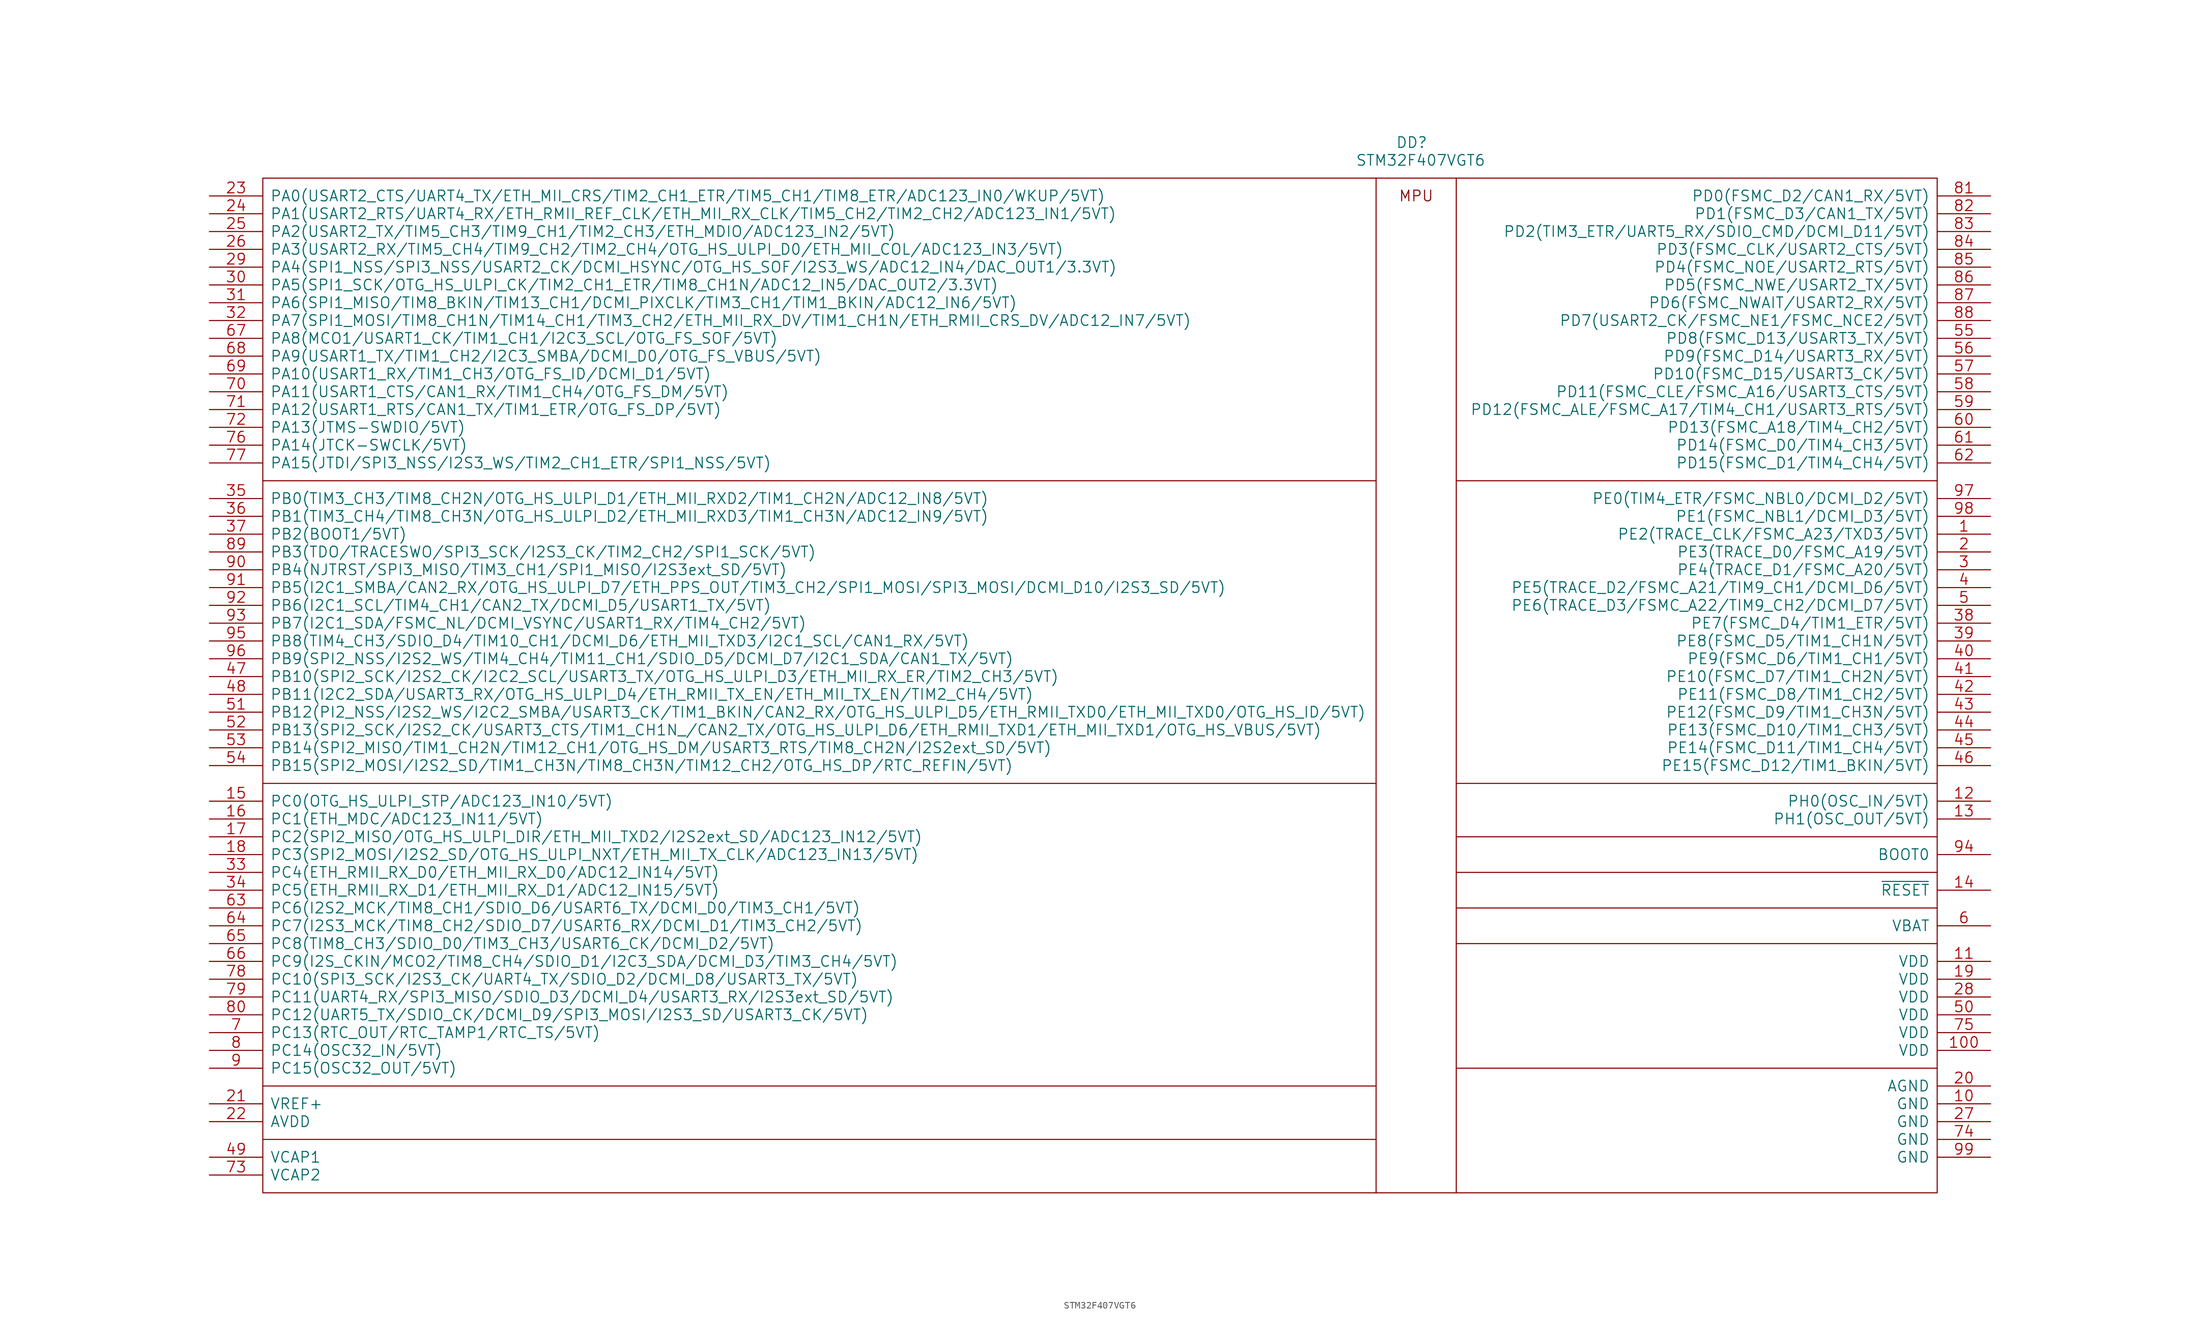
<source format=kicad_sym>
(kicad_symbol_lib
  (version 20211014)
  (generator kicad_symbol_editor)
  (symbol "STM32F407VGT6"
    (pin_names
      (offset 1.016))
    (property "Reference" "DD"
      (at 41.91 5.08 0)
      (effects (font (size 1.524 1.524))))
    (property "Value" "STM32F407VGT6"
      (at 43.18 2.54 0)
      (effects (font (size 1.524 1.524))))
    (property "Footprint" ""
      (at 0 0 0)
      (effects (font (size 1.524 1.524))))
    (property "Datasheet" ""
      (at 0 0 0)
      (effects (font (size 1.524 1.524))))
    (symbol "STM32F407VGT6_0_0"
      (text "MPU" (at 42.545 -2.54 0) (effects (font (size 1.524 1.524))))
      (pin bidirectional line (at 124.46 -50.8 180) (length 7.62) (name "PE2(TRACE_CLK/FSMC_A23/TXD3/5VT)" (effects (font (size 1.524 1.524)))) (number "1" (effects (font (size 1.524 1.524)))))
      (pin power_out line (at 124.46 -132.08 180) (length 7.62) (name "GND" (effects (font (size 1.524 1.524)))) (number "10" (effects (font (size 1.524 1.524)))))
      (pin power_in line (at 124.46 -124.46 180) (length 7.62) (name "VDD" (effects (font (size 1.524 1.524)))) (number "100" (effects (font (size 1.524 1.524)))))
      (pin power_in line (at 124.46 -111.76 180) (length 7.62) (name "VDD" (effects (font (size 1.524 1.524)))) (number "11" (effects (font (size 1.524 1.524)))))
      (pin bidirectional line (at 124.46 -88.9 180) (length 7.62) (name "PH0(OSC_IN/5VT)" (effects (font (size 1.524 1.524)))) (number "12" (effects (font (size 1.524 1.524)))))
      (pin bidirectional line (at 124.46 -91.44 180) (length 7.62) (name "PH1(OSC_OUT/5VT)" (effects (font (size 1.524 1.524)))) (number "13" (effects (font (size 1.524 1.524)))))
      (pin bidirectional line (at 124.46 -101.6 180) (length 7.62) (name "~{RESET}" (effects (font (size 1.524 1.524)))) (number "14" (effects (font (size 1.524 1.524)))))
      (pin bidirectional line (at -129.54 -88.9 0) (length 7.62) (name "PC0(OTG_HS_ULPI_STP/ADC123_IN10/5VT)" (effects (font (size 1.524 1.524)))) (number "15" (effects (font (size 1.524 1.524)))))
      (pin bidirectional line (at -129.54 -91.44 0) (length 7.62) (name "PC1(ETH_MDC/ADC123_IN11/5VT)" (effects (font (size 1.524 1.524)))) (number "16" (effects (font (size 1.524 1.524)))))
      (pin bidirectional line (at -129.54 -93.98 0) (length 7.62) (name "PC2(SPI2_MISO/OTG_HS_ULPI_DIR/ETH_MII_TXD2/I2S2ext_SD/ADC123_IN12/5VT)" (effects (font (size 1.524 1.524)))) (number "17" (effects (font (size 1.524 1.524)))))
      (pin bidirectional line (at -129.54 -96.52 0) (length 7.62) (name "PC3(SPI2_MOSI/I2S2_SD/OTG_HS_ULPI_NXT/ETH_MII_TX_CLK/ADC123_IN13/5VT)" (effects (font (size 1.524 1.524)))) (number "18" (effects (font (size 1.524 1.524)))))
      (pin power_in line (at 124.46 -114.3 180) (length 7.62) (name "VDD" (effects (font (size 1.524 1.524)))) (number "19" (effects (font (size 1.524 1.524)))))
      (pin bidirectional line (at 124.46 -53.34 180) (length 7.62) (name "PE3(TRACE_D0/FSMC_A19/5VT)" (effects (font (size 1.524 1.524)))) (number "2" (effects (font (size 1.524 1.524)))))
      (pin power_out line (at 124.46 -129.54 180) (length 7.62) (name "AGND" (effects (font (size 1.524 1.524)))) (number "20" (effects (font (size 1.524 1.524)))))
      (pin input line (at -129.54 -132.08 0) (length 7.62) (name "VREF+" (effects (font (size 1.524 1.524)))) (number "21" (effects (font (size 1.524 1.524)))))
      (pin power_in line (at -129.54 -134.62 0) (length 7.62) (name "AVDD" (effects (font (size 1.524 1.524)))) (number "22" (effects (font (size 1.524 1.524)))))
      (pin bidirectional line (at -129.54 -2.54 0) (length 7.62) (name "PA0(USART2_CTS/UART4_TX/ETH_MII_CRS/TIM2_CH1_ETR/TIM5_CH1/TIM8_ETR/ADC123_IN0/WKUP/5VT)" (effects (font (size 1.524 1.524)))) (number "23" (effects (font (size 1.524 1.524)))))
      (pin bidirectional line (at -129.54 -5.08 0) (length 7.62) (name "PA1(USART2_RTS/UART4_RX/ETH_RMII_REF_CLK/ETH_MII_RX_CLK/TIM5_CH2/TIM2_CH2/ADC123_IN1/5VT)" (effects (font (size 1.524 1.524)))) (number "24" (effects (font (size 1.524 1.524)))))
      (pin bidirectional line (at -129.54 -7.62 0) (length 7.62) (name "PA2(USART2_TX/TIM5_CH3/TIM9_CH1/TIM2_CH3/ETH_MDIO/ADC123_IN2/5VT)" (effects (font (size 1.524 1.524)))) (number "25" (effects (font (size 1.524 1.524)))))
      (pin bidirectional line (at -129.54 -10.16 0) (length 7.62) (name "PA3(USART2_RX/TIM5_CH4/TIM9_CH2/TIM2_CH4/OTG_HS_ULPI_D0/ETH_MII_COL/ADC123_IN3/5VT)" (effects (font (size 1.524 1.524)))) (number "26" (effects (font (size 1.524 1.524)))))
      (pin power_out line (at 124.46 -134.62 180) (length 7.62) (name "GND" (effects (font (size 1.524 1.524)))) (number "27" (effects (font (size 1.524 1.524)))))
      (pin power_in line (at 124.46 -116.84 180) (length 7.62) (name "VDD" (effects (font (size 1.524 1.524)))) (number "28" (effects (font (size 1.524 1.524)))))
      (pin bidirectional line (at -129.54 -12.7 0) (length 7.62) (name "PA4(SPI1_NSS/SPI3_NSS/USART2_CK/DCMI_HSYNC/OTG_HS_SOF/I2S3_WS/ADC12_IN4/DAC_OUT1/3.3VT)" (effects (font (size 1.524 1.524)))) (number "29" (effects (font (size 1.524 1.524)))))
      (pin bidirectional line (at 124.46 -55.88 180) (length 7.62) (name "PE4(TRACE_D1/FSMC_A20/5VT)" (effects (font (size 1.524 1.524)))) (number "3" (effects (font (size 1.524 1.524)))))
      (pin bidirectional line (at -129.54 -15.24 0) (length 7.62) (name "PA5(SPI1_SCK/OTG_HS_ULPI_CK/TIM2_CH1_ETR/TIM8_CH1N/ADC12_IN5/DAC_OUT2/3.3VT)" (effects (font (size 1.524 1.524)))) (number "30" (effects (font (size 1.524 1.524)))))
      (pin bidirectional line (at -129.54 -17.78 0) (length 7.62) (name "PA6(SPI1_MISO/TIM8_BKIN/TIM13_CH1/DCMI_PIXCLK/TIM3_CH1/TIM1_BKIN/ADC12_IN6/5VT)" (effects (font (size 1.524 1.524)))) (number "31" (effects (font (size 1.524 1.524)))))
      (pin bidirectional line (at -129.54 -20.32 0) (length 7.62) (name "PA7(SPI1_MOSI/TIM8_CH1N/TIM14_CH1/TIM3_CH2/ETH_MII_RX_DV/TIM1_CH1N/ETH_RMII_CRS_DV/ADC12_IN7/5VT)" (effects (font (size 1.524 1.524)))) (number "32" (effects (font (size 1.524 1.524)))))
      (pin bidirectional line (at -129.54 -99.06 0) (length 7.62) (name "PC4(ETH_RMII_RX_D0/ETH_MII_RX_D0/ADC12_IN14/5VT)" (effects (font (size 1.524 1.524)))) (number "33" (effects (font (size 1.524 1.524)))))
      (pin bidirectional line (at -129.54 -101.6 0) (length 7.62) (name "PC5(ETH_RMII_RX_D1/ETH_MII_RX_D1/ADC12_IN15/5VT)" (effects (font (size 1.524 1.524)))) (number "34" (effects (font (size 1.524 1.524)))))
      (pin bidirectional line (at -129.54 -45.72 0) (length 7.62) (name "PB0(TIM3_CH3/TIM8_CH2N/OTG_HS_ULPI_D1/ETH_MII_RXD2/TIM1_CH2N/ADC12_IN8/5VT)" (effects (font (size 1.524 1.524)))) (number "35" (effects (font (size 1.524 1.524)))))
      (pin bidirectional line (at -129.54 -48.26 0) (length 7.62) (name "PB1(TIM3_CH4/TIM8_CH3N/OTG_HS_ULPI_D2/ETH_MII_RXD3/TIM1_CH3N/ADC12_IN9/5VT)" (effects (font (size 1.524 1.524)))) (number "36" (effects (font (size 1.524 1.524)))))
      (pin bidirectional line (at -129.54 -50.8 0) (length 7.62) (name "PB2(BOOT1/5VT)" (effects (font (size 1.524 1.524)))) (number "37" (effects (font (size 1.524 1.524)))))
      (pin bidirectional line (at 124.46 -63.5 180) (length 7.62) (name "PE7(FSMC_D4/TIM1_ETR/5VT)" (effects (font (size 1.524 1.524)))) (number "38" (effects (font (size 1.524 1.524)))))
      (pin bidirectional line (at 124.46 -66.04 180) (length 7.62) (name "PE8(FSMC_D5/TIM1_CH1N/5VT)" (effects (font (size 1.524 1.524)))) (number "39" (effects (font (size 1.524 1.524)))))
      (pin bidirectional line (at 124.46 -58.42 180) (length 7.62) (name "PE5(TRACE_D2/FSMC_A21/TIM9_CH1/DCMI_D6/5VT)" (effects (font (size 1.524 1.524)))) (number "4" (effects (font (size 1.524 1.524)))))
      (pin bidirectional line (at 124.46 -68.58 180) (length 7.62) (name "PE9(FSMC_D6/TIM1_CH1/5VT)" (effects (font (size 1.524 1.524)))) (number "40" (effects (font (size 1.524 1.524)))))
      (pin bidirectional line (at 124.46 -71.12 180) (length 7.62) (name "PE10(FSMC_D7/TIM1_CH2N/5VT)" (effects (font (size 1.524 1.524)))) (number "41" (effects (font (size 1.524 1.524)))))
      (pin bidirectional line (at 124.46 -73.66 180) (length 7.62) (name "PE11(FSMC_D8/TIM1_CH2/5VT)" (effects (font (size 1.524 1.524)))) (number "42" (effects (font (size 1.524 1.524)))))
      (pin bidirectional line (at 124.46 -76.2 180) (length 7.62) (name "PE12(FSMC_D9/TIM1_CH3N/5VT)" (effects (font (size 1.524 1.524)))) (number "43" (effects (font (size 1.524 1.524)))))
      (pin bidirectional line (at 124.46 -78.74 180) (length 7.62) (name "PE13(FSMC_D10/TIM1_CH3/5VT)" (effects (font (size 1.524 1.524)))) (number "44" (effects (font (size 1.524 1.524)))))
      (pin bidirectional line (at 124.46 -81.28 180) (length 7.62) (name "PE14(FSMC_D11/TIM1_CH4/5VT)" (effects (font (size 1.524 1.524)))) (number "45" (effects (font (size 1.524 1.524)))))
      (pin bidirectional line (at 124.46 -83.82 180) (length 7.62) (name "PE15(FSMC_D12/TIM1_BKIN/5VT)" (effects (font (size 1.524 1.524)))) (number "46" (effects (font (size 1.524 1.524)))))
      (pin bidirectional line (at -129.54 -71.12 0) (length 7.62) (name "PB10(SPI2_SCK/I2S2_CK/I2C2_SCL/USART3_TX/OTG_HS_ULPI_D3/ETH_MII_RX_ER/TIM2_CH3/5VT)" (effects (font (size 1.524 1.524)))) (number "47" (effects (font (size 1.524 1.524)))))
      (pin bidirectional line (at -129.54 -73.66 0) (length 7.62) (name "PB11(I2C2_SDA/USART3_RX/OTG_HS_ULPI_D4/ETH_RMII_TX_EN/ETH_MII_TX_EN/TIM2_CH4/5VT)" (effects (font (size 1.524 1.524)))) (number "48" (effects (font (size 1.524 1.524)))))
      (pin passive line (at -129.54 -139.7 0) (length 7.62) (name "VCAP1" (effects (font (size 1.524 1.524)))) (number "49" (effects (font (size 1.524 1.524)))))
      (pin bidirectional line (at 124.46 -60.96 180) (length 7.62) (name "PE6(TRACE_D3/FSMC_A22/TIM9_CH2/DCMI_D7/5VT)" (effects (font (size 1.524 1.524)))) (number "5" (effects (font (size 1.524 1.524)))))
      (pin power_in line (at 124.46 -119.38 180) (length 7.62) (name "VDD" (effects (font (size 1.524 1.524)))) (number "50" (effects (font (size 1.524 1.524)))))
      (pin bidirectional line (at -129.54 -76.2 0) (length 7.62) (name "PB12(PI2_NSS/I2S2_WS/I2C2_SMBA/USART3_CK/TIM1_BKIN/CAN2_RX/OTG_HS_ULPI_D5/ETH_RMII_TXD0/ETH_MII_TXD0/OTG_HS_ID/5VT)" (effects (font (size 1.524 1.524)))) (number "51" (effects (font (size 1.524 1.524)))))
      (pin bidirectional line (at -129.54 -78.74 0) (length 7.62) (name "PB13(SPI2_SCK/I2S2_CK/USART3_CTS/TIM1_CH1N_/CAN2_TX/OTG_HS_ULPI_D6/ETH_RMII_TXD1/ETH_MII_TXD1/OTG_HS_VBUS/5VT)" (effects (font (size 1.524 1.524)))) (number "52" (effects (font (size 1.524 1.524)))))
      (pin bidirectional line (at -129.54 -81.28 0) (length 7.62) (name "PB14(SPI2_MISO/TIM1_CH2N/TIM12_CH1/OTG_HS_DM/USART3_RTS/TIM8_CH2N/I2S2ext_SD/5VT)" (effects (font (size 1.524 1.524)))) (number "53" (effects (font (size 1.524 1.524)))))
      (pin bidirectional line (at -129.54 -83.82 0) (length 7.62) (name "PB15(SPI2_MOSI/I2S2_SD/TIM1_CH3N/TIM8_CH3N/TIM12_CH2/OTG_HS_DP/RTC_REFIN/5VT)" (effects (font (size 1.524 1.524)))) (number "54" (effects (font (size 1.524 1.524)))))
      (pin bidirectional line (at 124.46 -22.86 180) (length 7.62) (name "PD8(FSMC_D13/USART3_TX/5VT)" (effects (font (size 1.524 1.524)))) (number "55" (effects (font (size 1.524 1.524)))))
      (pin bidirectional line (at 124.46 -25.4 180) (length 7.62) (name "PD9(FSMC_D14/USART3_RX/5VT)" (effects (font (size 1.524 1.524)))) (number "56" (effects (font (size 1.524 1.524)))))
      (pin bidirectional line (at 124.46 -27.94 180) (length 7.62) (name "PD10(FSMC_D15/USART3_CK/5VT)" (effects (font (size 1.524 1.524)))) (number "57" (effects (font (size 1.524 1.524)))))
      (pin bidirectional line (at 124.46 -30.48 180) (length 7.62) (name "PD11(FSMC_CLE/FSMC_A16/USART3_CTS/5VT)" (effects (font (size 1.524 1.524)))) (number "58" (effects (font (size 1.524 1.524)))))
      (pin bidirectional line (at 124.46 -33.02 180) (length 7.62) (name "PD12(FSMC_ALE/FSMC_A17/TIM4_CH1/USART3_RTS/5VT)" (effects (font (size 1.524 1.524)))) (number "59" (effects (font (size 1.524 1.524)))))
      (pin power_in line (at 124.46 -106.68 180) (length 7.62) (name "VBAT" (effects (font (size 1.524 1.524)))) (number "6" (effects (font (size 1.524 1.524)))))
      (pin bidirectional line (at 124.46 -35.56 180) (length 7.62) (name "PD13(FSMC_A18/TIM4_CH2/5VT)" (effects (font (size 1.524 1.524)))) (number "60" (effects (font (size 1.524 1.524)))))
      (pin bidirectional line (at 124.46 -38.1 180) (length 7.62) (name "PD14(FSMC_D0/TIM4_CH3/5VT)" (effects (font (size 1.524 1.524)))) (number "61" (effects (font (size 1.524 1.524)))))
      (pin bidirectional line (at 124.46 -40.64 180) (length 7.62) (name "PD15(FSMC_D1/TIM4_CH4/5VT)" (effects (font (size 1.524 1.524)))) (number "62" (effects (font (size 1.524 1.524)))))
      (pin bidirectional line (at -129.54 -104.14 0) (length 7.62) (name "PC6(I2S2_MCK/TIM8_CH1/SDIO_D6/USART6_TX/DCMI_D0/TIM3_CH1/5VT)" (effects (font (size 1.524 1.524)))) (number "63" (effects (font (size 1.524 1.524)))))
      (pin bidirectional line (at -129.54 -106.68 0) (length 7.62) (name "PC7(I2S3_MCK/TIM8_CH2/SDIO_D7/USART6_RX/DCMI_D1/TIM3_CH2/5VT)" (effects (font (size 1.524 1.524)))) (number "64" (effects (font (size 1.524 1.524)))))
      (pin bidirectional line (at -129.54 -109.22 0) (length 7.62) (name "PC8(TIM8_CH3/SDIO_D0/TIM3_CH3/USART6_CK/DCMI_D2/5VT)" (effects (font (size 1.524 1.524)))) (number "65" (effects (font (size 1.524 1.524)))))
      (pin bidirectional line (at -129.54 -111.76 0) (length 7.62) (name "PC9(I2S_CKIN/MCO2/TIM8_CH4/SDIO_D1/I2C3_SDA/DCMI_D3/TIM3_CH4/5VT)" (effects (font (size 1.524 1.524)))) (number "66" (effects (font (size 1.524 1.524)))))
      (pin bidirectional line (at -129.54 -22.86 0) (length 7.62) (name "PA8(MCO1/USART1_CK/TIM1_CH1/I2C3_SCL/OTG_FS_SOF/5VT)" (effects (font (size 1.524 1.524)))) (number "67" (effects (font (size 1.524 1.524)))))
      (pin bidirectional line (at -129.54 -25.4 0) (length 7.62) (name "PA9(USART1_TX/TIM1_CH2/I2C3_SMBA/DCMI_D0/OTG_FS_VBUS/5VT)" (effects (font (size 1.524 1.524)))) (number "68" (effects (font (size 1.524 1.524)))))
      (pin bidirectional line (at -129.54 -27.94 0) (length 7.62) (name "PA10(USART1_RX/TIM1_CH3/OTG_FS_ID/DCMI_D1/5VT)" (effects (font (size 1.524 1.524)))) (number "69" (effects (font (size 1.524 1.524)))))
      (pin bidirectional line (at -129.54 -121.92 0) (length 7.62) (name "PC13(RTC_OUT/RTC_TAMP1/RTC_TS/5VT)" (effects (font (size 1.524 1.524)))) (number "7" (effects (font (size 1.524 1.524)))))
      (pin bidirectional line (at -129.54 -30.48 0) (length 7.62) (name "PA11(USART1_CTS/CAN1_RX/TIM1_CH4/OTG_FS_DM/5VT)" (effects (font (size 1.524 1.524)))) (number "70" (effects (font (size 1.524 1.524)))))
      (pin bidirectional line (at -129.54 -33.02 0) (length 7.62) (name "PA12(USART1_RTS/CAN1_TX/TIM1_ETR/OTG_FS_DP/5VT)" (effects (font (size 1.524 1.524)))) (number "71" (effects (font (size 1.524 1.524)))))
      (pin bidirectional line (at -129.54 -35.56 0) (length 7.62) (name "PA13(JTMS-SWDIO/5VT)" (effects (font (size 1.524 1.524)))) (number "72" (effects (font (size 1.524 1.524)))))
      (pin passive line (at -129.54 -142.24 0) (length 7.62) (name "VCAP2" (effects (font (size 1.524 1.524)))) (number "73" (effects (font (size 1.524 1.524)))))
      (pin power_out line (at 124.46 -137.16 180) (length 7.62) (name "GND" (effects (font (size 1.524 1.524)))) (number "74" (effects (font (size 1.524 1.524)))))
      (pin power_in line (at 124.46 -121.92 180) (length 7.62) (name "VDD" (effects (font (size 1.524 1.524)))) (number "75" (effects (font (size 1.524 1.524)))))
      (pin bidirectional line (at -129.54 -38.1 0) (length 7.62) (name "PA14(JTCK-SWCLK/5VT)" (effects (font (size 1.524 1.524)))) (number "76" (effects (font (size 1.524 1.524)))))
      (pin bidirectional line (at -129.54 -40.64 0) (length 7.62) (name "PA15(JTDI/SPI3_NSS/I2S3_WS/TIM2_CH1_ETR/SPI1_NSS/5VT)" (effects (font (size 1.524 1.524)))) (number "77" (effects (font (size 1.524 1.524)))))
      (pin bidirectional line (at -129.54 -114.3 0) (length 7.62) (name "PC10(SPI3_SCK/I2S3_CK/UART4_TX/SDIO_D2/DCMI_D8/USART3_TX/5VT)" (effects (font (size 1.524 1.524)))) (number "78" (effects (font (size 1.524 1.524)))))
      (pin bidirectional line (at -129.54 -116.84 0) (length 7.62) (name "PC11(UART4_RX/SPI3_MISO/SDIO_D3/DCMI_D4/USART3_RX/I2S3ext_SD/5VT)" (effects (font (size 1.524 1.524)))) (number "79" (effects (font (size 1.524 1.524)))))
      (pin bidirectional line (at -129.54 -124.46 0) (length 7.62) (name "PC14(OSC32_IN/5VT)" (effects (font (size 1.524 1.524)))) (number "8" (effects (font (size 1.524 1.524)))))
      (pin bidirectional line (at -129.54 -119.38 0) (length 7.62) (name "PC12(UART5_TX/SDIO_CK/DCMI_D9/SPI3_MOSI/I2S3_SD/USART3_CK/5VT)" (effects (font (size 1.524 1.524)))) (number "80" (effects (font (size 1.524 1.524)))))
      (pin bidirectional line (at 124.46 -2.54 180) (length 7.62) (name "PD0(FSMC_D2/CAN1_RX/5VT)" (effects (font (size 1.524 1.524)))) (number "81" (effects (font (size 1.524 1.524)))))
      (pin bidirectional line (at 124.46 -5.08 180) (length 7.62) (name "PD1(FSMC_D3/CAN1_TX/5VT)" (effects (font (size 1.524 1.524)))) (number "82" (effects (font (size 1.524 1.524)))))
      (pin bidirectional line (at 124.46 -7.62 180) (length 7.62) (name "PD2(TIM3_ETR/UART5_RX/SDIO_CMD/DCMI_D11/5VT)" (effects (font (size 1.524 1.524)))) (number "83" (effects (font (size 1.524 1.524)))))
      (pin bidirectional line (at 124.46 -10.16 180) (length 7.62) (name "PD3(FSMC_CLK/USART2_CTS/5VT)" (effects (font (size 1.524 1.524)))) (number "84" (effects (font (size 1.524 1.524)))))
      (pin bidirectional line (at 124.46 -12.7 180) (length 7.62) (name "PD4(FSMC_NOE/USART2_RTS/5VT)" (effects (font (size 1.524 1.524)))) (number "85" (effects (font (size 1.524 1.524)))))
      (pin bidirectional line (at 124.46 -15.24 180) (length 7.62) (name "PD5(FSMC_NWE/USART2_TX/5VT)" (effects (font (size 1.524 1.524)))) (number "86" (effects (font (size 1.524 1.524)))))
      (pin bidirectional line (at 124.46 -17.78 180) (length 7.62) (name "PD6(FSMC_NWAIT/USART2_RX/5VT)" (effects (font (size 1.524 1.524)))) (number "87" (effects (font (size 1.524 1.524)))))
      (pin bidirectional line (at 124.46 -20.32 180) (length 7.62) (name "PD7(USART2_CK/FSMC_NE1/FSMC_NCE2/5VT)" (effects (font (size 1.524 1.524)))) (number "88" (effects (font (size 1.524 1.524)))))
      (pin bidirectional line (at -129.54 -53.34 0) (length 7.62) (name "PB3(TDO/TRACESWO/SPI3_SCK/I2S3_CK/TIM2_CH2/SPI1_SCK/5VT)" (effects (font (size 1.524 1.524)))) (number "89" (effects (font (size 1.524 1.524)))))
      (pin bidirectional line (at -129.54 -127 0) (length 7.62) (name "PC15(OSC32_OUT/5VT)" (effects (font (size 1.524 1.524)))) (number "9" (effects (font (size 1.524 1.524)))))
      (pin bidirectional line (at -129.54 -55.88 0) (length 7.62) (name "PB4(NJTRST/SPI3_MISO/TIM3_CH1/SPI1_MISO/I2S3ext_SD/5VT)" (effects (font (size 1.524 1.524)))) (number "90" (effects (font (size 1.524 1.524)))))
      (pin bidirectional line (at -129.54 -58.42 0) (length 7.62) (name "PB5(I2C1_SMBA/CAN2_RX/OTG_HS_ULPI_D7/ETH_PPS_OUT/TIM3_CH2/SPI1_MOSI/SPI3_MOSI/DCMI_D10/I2S3_SD/5VT)" (effects (font (size 1.524 1.524)))) (number "91" (effects (font (size 1.524 1.524)))))
      (pin bidirectional line (at -129.54 -60.96 0) (length 7.62) (name "PB6(I2C1_SCL/TIM4_CH1/CAN2_TX/DCMI_D5/USART1_TX/5VT)" (effects (font (size 1.524 1.524)))) (number "92" (effects (font (size 1.524 1.524)))))
      (pin bidirectional line (at -129.54 -63.5 0) (length 7.62) (name "PB7(I2C1_SDA/FSMC_NL/DCMI_VSYNC/USART1_RX/TIM4_CH2/5VT)" (effects (font (size 1.524 1.524)))) (number "93" (effects (font (size 1.524 1.524)))))
      (pin input line (at 124.46 -96.52 180) (length 7.62) (name "BOOT0" (effects (font (size 1.524 1.524)))) (number "94" (effects (font (size 1.524 1.524)))))
      (pin bidirectional line (at -129.54 -66.04 0) (length 7.62) (name "PB8(TIM4_CH3/SDIO_D4/TIM10_CH1/DCMI_D6/ETH_MII_TXD3/I2C1_SCL/CAN1_RX/5VT)" (effects (font (size 1.524 1.524)))) (number "95" (effects (font (size 1.524 1.524)))))
      (pin bidirectional line (at -129.54 -68.58 0) (length 7.62) (name "PB9(SPI2_NSS/I2S2_WS/TIM4_CH4/TIM11_CH1/SDIO_D5/DCMI_D7/I2C1_SDA/CAN1_TX/5VT)" (effects (font (size 1.524 1.524)))) (number "96" (effects (font (size 1.524 1.524)))))
      (pin bidirectional line (at 124.46 -45.72 180) (length 7.62) (name "PE0(TIM4_ETR/FSMC_NBL0/DCMI_D2/5VT)" (effects (font (size 1.524 1.524)))) (number "97" (effects (font (size 1.524 1.524)))))
      (pin output line (at 124.46 -48.26 180) (length 7.62) (name "PE1(FSMC_NBL1/DCMI_D3/5VT)" (effects (font (size 1.524 1.524)))) (number "98" (effects (font (size 1.524 1.524)))))
      (pin power_out line (at 124.46 -139.7 180) (length 7.62) (name "GND" (effects (font (size 1.524 1.524)))) (number "99" (effects (font (size 1.524 1.524))))))
    (symbol "STM32F407VGT6_0_1"
      (polyline (pts (xy -121.92 -137.16) (xy 36.83 -137.16)) (stroke (width 0) (type default) (color 0 0 0 0)) (fill (type none)))
      (polyline (pts (xy -121.92 -129.54) (xy 36.83 -129.54)) (stroke (width 0) (type default) (color 0 0 0 0)) (fill (type none)))
      (polyline (pts (xy -121.92 -86.36) (xy 36.83 -86.36)) (stroke (width 0) (type default) (color 0 0 0 0)) (fill (type none)))
      (polyline (pts (xy -121.92 -43.18) (xy 36.83 -43.18)) (stroke (width 0) (type default) (color 0 0 0 0)) (fill (type none)))
      (polyline (pts (xy 36.83 0) (xy 36.83 -144.78)) (stroke (width 0) (type default) (color 0 0 0 0)) (fill (type none)))
      (polyline (pts (xy 48.26 -127) (xy 116.84 -127)) (stroke (width 0) (type default) (color 0 0 0 0)) (fill (type none)))
      (polyline (pts (xy 48.26 -86.36) (xy 116.84 -86.36)) (stroke (width 0) (type default) (color 0 0 0 0)) (fill (type none)))
      (polyline (pts (xy 48.26 0) (xy 48.26 -144.78)) (stroke (width 0) (type default) (color 0 0 0 0)) (fill (type none)))
      (polyline (pts (xy 116.84 -109.22) (xy 48.26 -109.22)) (stroke (width 0) (type default) (color 0 0 0 0)) (fill (type none)))
      (polyline (pts (xy 116.84 -104.14) (xy 48.26 -104.14)) (stroke (width 0) (type default) (color 0 0 0 0)) (fill (type none)))
      (polyline (pts (xy 116.84 -99.06) (xy 48.26 -99.06)) (stroke (width 0) (type default) (color 0 0 0 0)) (fill (type none)))
      (polyline (pts (xy 116.84 -93.98) (xy 48.26 -93.98)) (stroke (width 0) (type default) (color 0 0 0 0)) (fill (type none)))
      (polyline (pts (xy 116.84 -43.18) (xy 48.26 -43.18)) (stroke (width 0) (type default) (color 0 0 0 0)) (fill (type none)))
      (rectangle (start 116.84 -144.78) (end -121.92 0) (stroke (width 0) (type default) (color 0 0 0 0)) (fill (type none))))))
</source>
